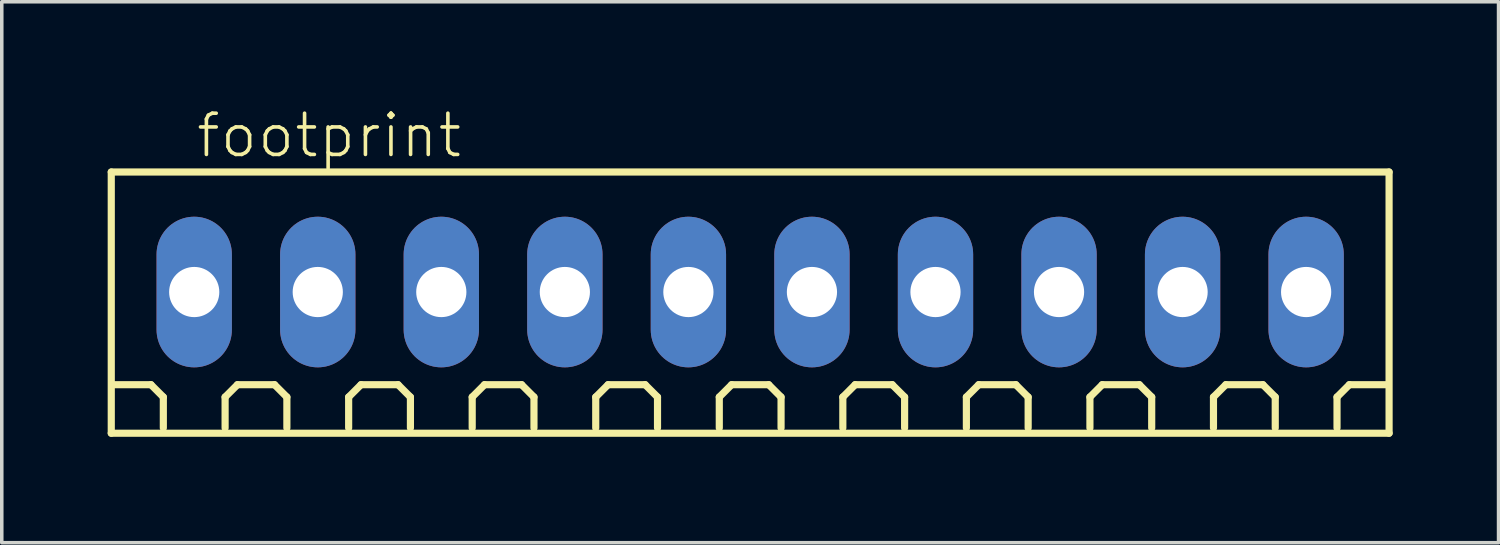
<source format=kicad_pcb>
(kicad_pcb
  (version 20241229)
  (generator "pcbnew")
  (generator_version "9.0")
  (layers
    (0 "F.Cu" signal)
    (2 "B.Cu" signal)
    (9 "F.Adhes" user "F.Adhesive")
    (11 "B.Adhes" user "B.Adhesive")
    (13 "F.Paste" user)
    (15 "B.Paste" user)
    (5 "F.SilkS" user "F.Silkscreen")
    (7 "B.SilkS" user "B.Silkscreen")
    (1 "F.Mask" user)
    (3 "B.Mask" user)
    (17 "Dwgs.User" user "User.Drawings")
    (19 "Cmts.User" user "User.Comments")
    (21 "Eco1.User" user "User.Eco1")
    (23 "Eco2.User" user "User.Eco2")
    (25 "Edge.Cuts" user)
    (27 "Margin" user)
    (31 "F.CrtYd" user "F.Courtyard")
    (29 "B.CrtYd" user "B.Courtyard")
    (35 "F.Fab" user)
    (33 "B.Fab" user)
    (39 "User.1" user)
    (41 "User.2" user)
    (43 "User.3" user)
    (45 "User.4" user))
  (footprint "footprint"
    (layer "F.Cu")
    (at 18.202 5.223)
    (property "Reference" "footprint" (at -15.75 -3.75 0) (layer "F.SilkS") (effects (font (size 1.168 1.168) (thickness 0.102)) (justify left bottom)))
    (fp_line (start -18.1 -3.4) (end 18.1 -3.4) (stroke (width 0.203) (type solid)) (layer "F.SilkS"))
    (fp_line (start -18.1 4) (end -18.1 -3.4) (stroke (width 0.203) (type solid)) (layer "F.SilkS"))
    (fp_line (start -16.975 2.625) (end -18.025 2.625) (stroke (width 0.203) (type solid)) (layer "F.SilkS"))
    (fp_line (start -16.625 2.975) (end -16.975 2.625) (stroke (width 0.203) (type solid)) (layer "F.SilkS"))
    (fp_line (start -16.625 3.85) (end -16.625 2.975) (stroke (width 0.203) (type solid)) (layer "F.SilkS"))
    (fp_line (start -14.875 2.975) (end -14.525 2.625) (stroke (width 0.203) (type solid)) (layer "F.SilkS"))
    (fp_line (start -14.875 3.85) (end -14.875 2.975) (stroke (width 0.203) (type solid)) (layer "F.SilkS"))
    (fp_line (start -14.525 2.625) (end -13.475 2.625) (stroke (width 0.203) (type solid)) (layer "F.SilkS"))
    (fp_line (start -13.475 2.625) (end -13.125 2.975) (stroke (width 0.203) (type solid)) (layer "F.SilkS"))
    (fp_line (start -13.125 2.975) (end -13.125 3.85) (stroke (width 0.203) (type solid)) (layer "F.SilkS"))
    (fp_line (start -11.375 2.975) (end -11.025 2.625) (stroke (width 0.203) (type solid)) (layer "F.SilkS"))
    (fp_line (start -11.375 3.85) (end -11.375 2.975) (stroke (width 0.203) (type solid)) (layer "F.SilkS"))
    (fp_line (start -11.025 2.625) (end -9.975 2.625) (stroke (width 0.203) (type solid)) (layer "F.SilkS"))
    (fp_line (start -9.975 2.625) (end -9.625 2.975) (stroke (width 0.203) (type solid)) (layer "F.SilkS"))
    (fp_line (start -9.625 2.975) (end -9.625 3.85) (stroke (width 0.203) (type solid)) (layer "F.SilkS"))
    (fp_line (start -7.875 2.975) (end -7.525 2.625) (stroke (width 0.203) (type solid)) (layer "F.SilkS"))
    (fp_line (start -7.875 3.85) (end -7.875 2.975) (stroke (width 0.203) (type solid)) (layer "F.SilkS"))
    (fp_line (start -7.525 2.625) (end -6.475 2.625) (stroke (width 0.203) (type solid)) (layer "F.SilkS"))
    (fp_line (start -6.475 2.625) (end -6.125 2.975) (stroke (width 0.203) (type solid)) (layer "F.SilkS"))
    (fp_line (start -6.125 2.975) (end -6.125 3.85) (stroke (width 0.203) (type solid)) (layer "F.SilkS"))
    (fp_line (start -4.375 2.975) (end -4.025 2.625) (stroke (width 0.203) (type solid)) (layer "F.SilkS"))
    (fp_line (start -4.375 3.85) (end -4.375 2.975) (stroke (width 0.203) (type solid)) (layer "F.SilkS"))
    (fp_line (start -4.025 2.625) (end -2.975 2.625) (stroke (width 0.203) (type solid)) (layer "F.SilkS"))
    (fp_line (start -2.975 2.625) (end -2.625 2.975) (stroke (width 0.203) (type solid)) (layer "F.SilkS"))
    (fp_line (start -2.625 2.975) (end -2.625 3.85) (stroke (width 0.203) (type solid)) (layer "F.SilkS"))
    (fp_line (start -0.875 2.975) (end -0.525 2.625) (stroke (width 0.203) (type solid)) (layer "F.SilkS"))
    (fp_line (start -0.875 3.85) (end -0.875 2.975) (stroke (width 0.203) (type solid)) (layer "F.SilkS"))
    (fp_line (start -0.525 2.625) (end 0.525 2.625) (stroke (width 0.203) (type solid)) (layer "F.SilkS"))
    (fp_line (start 0.525 2.625) (end 0.875 2.975) (stroke (width 0.203) (type solid)) (layer "F.SilkS"))
    (fp_line (start 0.875 2.975) (end 0.875 3.85) (stroke (width 0.203) (type solid)) (layer "F.SilkS"))
    (fp_line (start 2.625 2.975) (end 2.975 2.625) (stroke (width 0.203) (type solid)) (layer "F.SilkS"))
    (fp_line (start 2.625 3.85) (end 2.625 2.975) (stroke (width 0.203) (type solid)) (layer "F.SilkS"))
    (fp_line (start 2.975 2.625) (end 4.025 2.625) (stroke (width 0.203) (type solid)) (layer "F.SilkS"))
    (fp_line (start 4.025 2.625) (end 4.375 2.975) (stroke (width 0.203) (type solid)) (layer "F.SilkS"))
    (fp_line (start 4.375 2.975) (end 4.375 3.85) (stroke (width 0.203) (type solid)) (layer "F.SilkS"))
    (fp_line (start 6.125 2.975) (end 6.475 2.625) (stroke (width 0.203) (type solid)) (layer "F.SilkS"))
    (fp_line (start 6.125 3.85) (end 6.125 2.975) (stroke (width 0.203) (type solid)) (layer "F.SilkS"))
    (fp_line (start 6.475 2.625) (end 7.525 2.625) (stroke (width 0.203) (type solid)) (layer "F.SilkS"))
    (fp_line (start 7.525 2.625) (end 7.875 2.975) (stroke (width 0.203) (type solid)) (layer "F.SilkS"))
    (fp_line (start 7.875 2.975) (end 7.875 3.85) (stroke (width 0.203) (type solid)) (layer "F.SilkS"))
    (fp_line (start 9.625 2.975) (end 9.975 2.625) (stroke (width 0.203) (type solid)) (layer "F.SilkS"))
    (fp_line (start 9.625 3.85) (end 9.625 2.975) (stroke (width 0.203) (type solid)) (layer "F.SilkS"))
    (fp_line (start 9.975 2.625) (end 11.025 2.625) (stroke (width 0.203) (type solid)) (layer "F.SilkS"))
    (fp_line (start 11.025 2.625) (end 11.375 2.975) (stroke (width 0.203) (type solid)) (layer "F.SilkS"))
    (fp_line (start 11.375 2.975) (end 11.375 3.85) (stroke (width 0.203) (type solid)) (layer "F.SilkS"))
    (fp_line (start 13.125 2.975) (end 13.475 2.625) (stroke (width 0.203) (type solid)) (layer "F.SilkS"))
    (fp_line (start 13.125 3.85) (end 13.125 2.975) (stroke (width 0.203) (type solid)) (layer "F.SilkS"))
    (fp_line (start 13.475 2.625) (end 14.525 2.625) (stroke (width 0.203) (type solid)) (layer "F.SilkS"))
    (fp_line (start 14.525 2.625) (end 14.875 2.975) (stroke (width 0.203) (type solid)) (layer "F.SilkS"))
    (fp_line (start 14.875 2.975) (end 14.875 3.85) (stroke (width 0.203) (type solid)) (layer "F.SilkS"))
    (fp_line (start 16.625 2.975) (end 16.975 2.625) (stroke (width 0.203) (type solid)) (layer "F.SilkS"))
    (fp_line (start 16.625 3.85) (end 16.625 2.975) (stroke (width 0.203) (type solid)) (layer "F.SilkS"))
    (fp_line (start 16.975 2.625) (end 18.025 2.625) (stroke (width 0.203) (type solid)) (layer "F.SilkS"))
    (fp_line (start 18.1 -3.4) (end 18.1 4) (stroke (width 0.203) (type solid)) (layer "F.SilkS"))
    (fp_line (start 18.1 4) (end -18.1 4) (stroke (width 0.203) (type solid)) (layer "F.SilkS"))
    (pad "1" thru_hole oval (at -15.75 0 90) (size 4.267 2.134) (drill 1.422) (layers "*.Cu" "*.Mask"))
    (pad "2" thru_hole oval (at -12.25 0 90) (size 4.267 2.134) (drill 1.422) (layers "*.Cu" "*.Mask"))
    (pad "3" thru_hole oval (at -8.75 0 90) (size 4.267 2.134) (drill 1.422) (layers "*.Cu" "*.Mask"))
    (pad "4" thru_hole oval (at -5.25 0 90) (size 4.267 2.134) (drill 1.422) (layers "*.Cu" "*.Mask"))
    (pad "5" thru_hole oval (at -1.75 0 90) (size 4.267 2.134) (drill 1.422) (layers "*.Cu" "*.Mask"))
    (pad "6" thru_hole oval (at 1.75 0 90) (size 4.267 2.134) (drill 1.422) (layers "*.Cu" "*.Mask"))
    (pad "7" thru_hole oval (at 5.25 0 90) (size 4.267 2.134) (drill 1.422) (layers "*.Cu" "*.Mask"))
    (pad "8" thru_hole oval (at 8.75 0 90) (size 4.267 2.134) (drill 1.422) (layers "*.Cu" "*.Mask"))
    (pad "9" thru_hole oval (at 12.25 0 90) (size 4.267 2.134) (drill 1.422) (layers "*.Cu" "*.Mask"))
    (pad "10" thru_hole oval (at 15.75 0 90) (size 4.267 2.134) (drill 1.422) (layers "*.Cu" "*.Mask")))
  (gr_rect
    (start -3 -3)
    (end 39.403 12.325)
    (stroke (width 0.1) (type default))
    (fill no)
    (layer "Edge.Cuts")))
</source>
